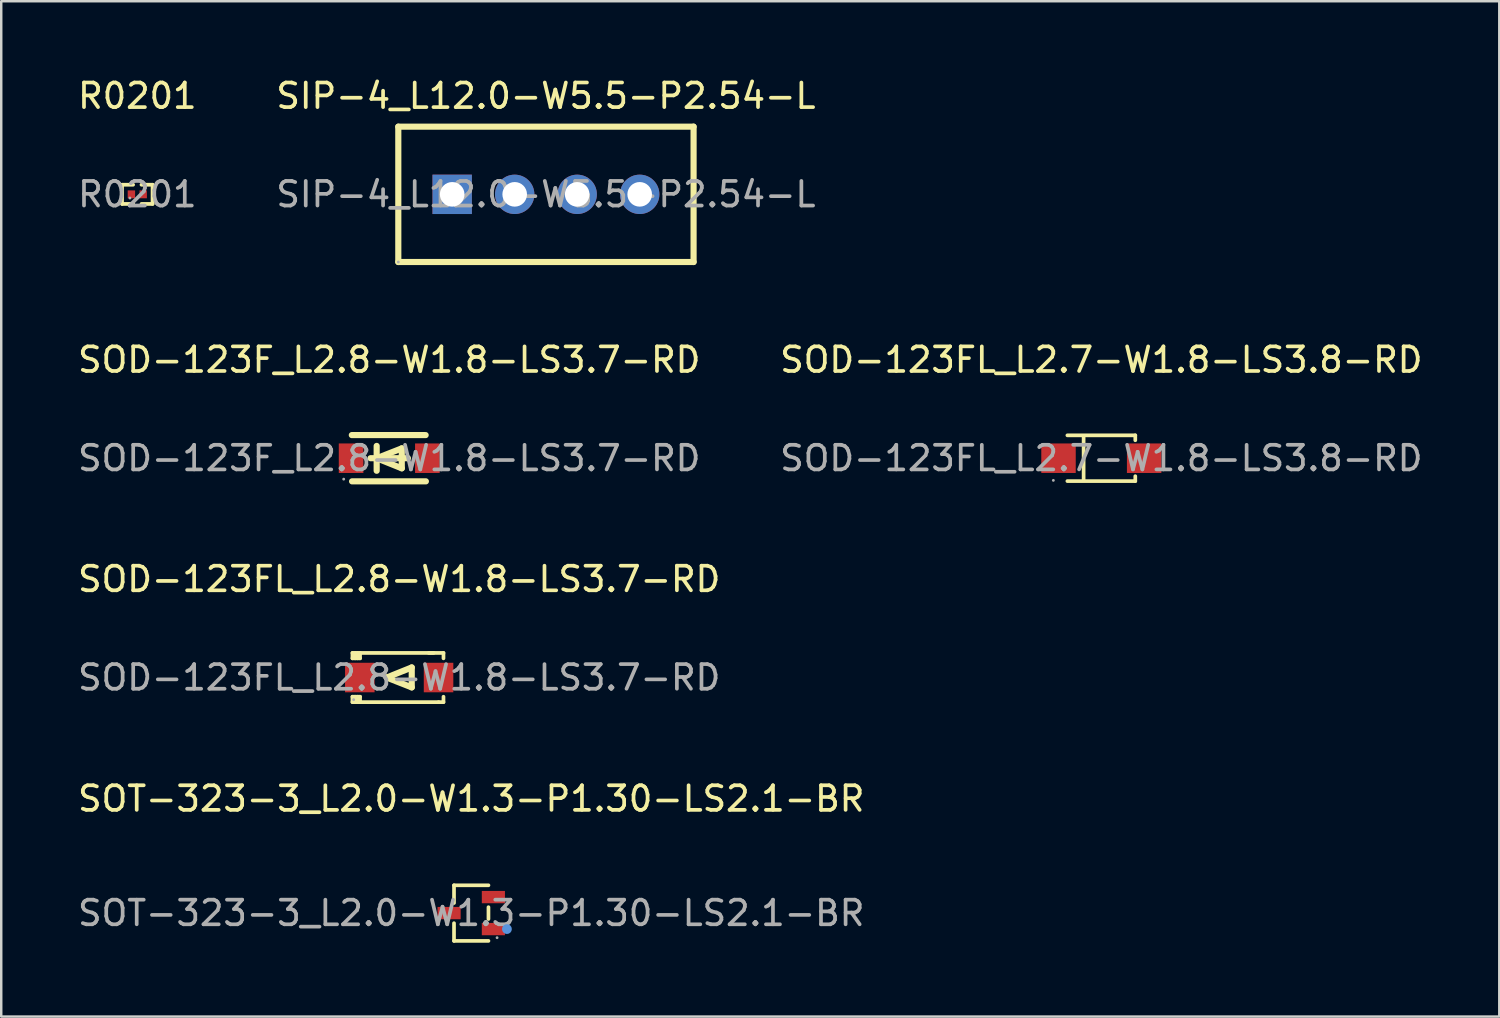
<source format=kicad_pcb>
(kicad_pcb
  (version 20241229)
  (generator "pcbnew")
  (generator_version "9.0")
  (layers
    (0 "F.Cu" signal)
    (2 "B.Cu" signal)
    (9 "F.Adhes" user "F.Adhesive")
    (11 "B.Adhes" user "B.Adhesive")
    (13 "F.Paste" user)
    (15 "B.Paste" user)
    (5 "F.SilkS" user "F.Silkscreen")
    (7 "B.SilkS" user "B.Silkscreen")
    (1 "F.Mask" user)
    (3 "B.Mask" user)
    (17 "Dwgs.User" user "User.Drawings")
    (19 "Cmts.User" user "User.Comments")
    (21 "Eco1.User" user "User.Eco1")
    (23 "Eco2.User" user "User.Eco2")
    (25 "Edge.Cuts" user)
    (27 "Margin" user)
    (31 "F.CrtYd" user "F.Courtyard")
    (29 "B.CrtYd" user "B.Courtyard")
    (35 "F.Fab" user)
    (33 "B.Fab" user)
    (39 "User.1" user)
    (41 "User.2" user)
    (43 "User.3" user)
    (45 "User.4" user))
  (footprint "SOD-123FL_L2.7-W1.8-LS3.8-RD"
    (layer "F.Cu")
    (at 41.708 15.572)
    (property "Reference" "SOD-123FL_L2.7-W1.8-LS3.8-RD" (at 0 -4 0) (layer "F.SilkS") (effects (font (size 1 1) (thickness 0.15))))
    (attr smd)
    (fp_line (start -1.38 -0.93) (end 1.38 -0.93) (stroke (width 0.15) (type solid)) (layer "F.SilkS"))
    (fp_line (start -1.38 0.93) (end 1.38 0.93) (stroke (width 0.15) (type solid)) (layer "F.SilkS"))
    (fp_line (start -0.72 -0.88) (end -0.72 0.88) (stroke (width 0.15) (type solid)) (layer "F.SilkS"))
    (fp_line (start 1.38 -0.93) (end 1.38 -0.73) (stroke (width 0.15) (type solid)) (layer "F.SilkS"))
    (fp_line (start 1.38 0.93) (end 1.38 0.73) (stroke (width 0.15) (type solid)) (layer "F.SilkS"))
    (fp_circle (center -1.95 0.9) (end -1.92 0.9) (stroke (width 0.06) (type solid)) (fill no) (layer "F.Fab"))
    (fp_text user "${REFERENCE}" (at 0 0 0) (layer "F.Fab") (effects (font (size 1 1) (thickness 0.15))))
    (pad "1" smd rect (at -1.74 0) (size 1.4 1.2) (layers "F.Cu" "F.Mask" "F.Paste"))
    (pad "2" smd rect (at 1.74 0) (size 1.4 1.2) (layers "F.Cu" "F.Mask" "F.Paste")))
  (footprint "SOD-123F_L2.8-W1.8-LS3.7-RD"
    (layer "F.Cu")
    (at 12.768 15.572)
    (property "Reference" "SOD-123F_L2.8-W1.8-LS3.7-RD" (at 0 -4 0) (layer "F.SilkS") (effects (font (size 1 1) (thickness 0.15))))
    (attr smd)
    (fp_line (start -1.52 -0.94) (end 1.48 -0.94) (stroke (width 0.25) (type solid)) (layer "F.SilkS"))
    (fp_line (start -1.51 0.94) (end 1.49 0.94) (stroke (width 0.25) (type solid)) (layer "F.SilkS"))
    (fp_line (start -0.76 0) (end 0.76 0) (stroke (width 0.25) (type solid)) (layer "F.SilkS"))
    (fp_line (start -0.51 -0.5) (end -0.51 0.51) (stroke (width 0.25) (type solid)) (layer "F.SilkS"))
    (fp_line (start -0.51 0) (end 0.51 -0.4) (stroke (width 0.25) (type solid)) (layer "F.SilkS"))
    (fp_line (start 0.51 -0.4) (end 0.51 0.41) (stroke (width 0.25) (type solid)) (layer "F.SilkS"))
    (fp_line (start 0.51 0.41) (end -0.51 0) (stroke (width 0.25) (type solid)) (layer "F.SilkS"))
    (fp_circle (center -1.85 0.85) (end -1.82 0.85) (stroke (width 0.06) (type solid)) (fill no) (layer "F.Fab"))
    (fp_text user "${REFERENCE}" (at 0 0 0) (layer "F.Fab") (effects (font (size 1 1) (thickness 0.15))))
    (pad "1" smd rect (at -1.55 0) (size 1 1.2) (layers "F.Cu" "F.Mask" "F.Paste"))
    (pad "2" smd rect (at 1.55 0) (size 1 1.2) (layers "F.Cu" "F.Mask" "F.Paste")))
  (footprint "SIP-4_L12.0-W5.5-P2.54-L"
    (layer "F.Cu")
    (at 19.137 4.848)
    (property "Reference" "SIP-4_L12.0-W5.5-P2.54-L" (at 0 -4 0) (layer "F.SilkS") (effects (font (size 1 1) (thickness 0.15))))
    (attr smd)
    (fp_line (start -6 -2.75) (end -6 2.75) (stroke (width 0.25) (type solid)) (layer "F.SilkS"))
    (fp_line (start 6 -2.75) (end -6 -2.75) (stroke (width 0.25) (type solid)) (layer "F.SilkS"))
    (fp_line (start 6 -2.75) (end 6 2.75) (stroke (width 0.25) (type solid)) (layer "F.SilkS"))
    (fp_line (start 6 2.75) (end -6 2.75) (stroke (width 0.25) (type solid)) (layer "F.SilkS"))
    (fp_circle (center -6 2.75) (end -5.97 2.75) (stroke (width 0.06) (type solid)) (fill no) (layer "F.Fab"))
    (fp_text user "${REFERENCE}" (at 0 0 0) (layer "F.Fab") (effects (font (size 1 1) (thickness 0.15))))
    (pad "1" thru_hole rect (at -3.81 0) (size 1.6 1.6) (drill 1) (layers "*.Cu" "*.Mask"))
    (pad "2" thru_hole circle (at -1.27 0) (size 1.6 1.6) (drill 1) (layers "*.Cu" "*.Mask"))
    (pad "3" thru_hole circle (at 1.27 0) (size 1.6 1.6) (drill 1) (layers "*.Cu" "*.Mask"))
    (pad "4" thru_hole circle (at 3.81 0) (size 1.6 1.6) (drill 1) (layers "*.Cu" "*.Mask")))
  (footprint "SOT-323-3_L2.0-W1.3-P1.30-LS2.1-BR"
    (layer "F.Cu")
    (at 16.101 34.058)
    (property "Reference" "SOT-323-3_L2.0-W1.3-P1.30-LS2.1-BR" (at 0 -4.65 0) (layer "F.SilkS") (effects (font (size 1 1) (thickness 0.15))))
    (attr smd)
    (fp_line (start -0.7 -1.13) (end -0.7 -0.41) (stroke (width 0.15) (type solid)) (layer "F.SilkS"))
    (fp_line (start -0.7 1.13) (end -0.7 0.41) (stroke (width 0.15) (type solid)) (layer "F.SilkS"))
    (fp_line (start 0.7 -1.13) (end -0.7 -1.13) (stroke (width 0.15) (type solid)) (layer "F.SilkS"))
    (fp_line (start 0.7 -0.24) (end 0.7 0.24) (stroke (width 0.15) (type solid)) (layer "F.SilkS"))
    (fp_line (start 0.7 1.13) (end -0.7 1.13) (stroke (width 0.15) (type solid)) (layer "F.SilkS"))
    (fp_circle (center 1.45 0.65) (end 1.55 0.65) (stroke (width 0.2) (type solid)) (fill no) (layer "Cmts.User"))
    (fp_circle (center 1.05 1) (end 1.08 1) (stroke (width 0.06) (type solid)) (fill no) (layer "F.Fab"))
    (fp_text user "${REFERENCE}" (at 0 0 0) (layer "F.Fab") (effects (font (size 1 1) (thickness 0.15))))
    (pad "1" smd rect (at 0.9 0.65) (size 0.94 0.5) (layers "F.Cu" "F.Mask" "F.Paste"))
    (pad "2" smd rect (at 0.9 -0.65) (size 0.94 0.5) (layers "F.Cu" "F.Mask" "F.Paste"))
    (pad "3" smd rect (at -0.9 0) (size 0.94 0.5) (layers "F.Cu" "F.Mask" "F.Paste")))
  (footprint "R0201"
    (layer "F.Cu")
    (at 2.53 4.848)
    (property "Reference" "R0201" (at 0 -4 0) (layer "F.SilkS") (effects (font (size 1 1) (thickness 0.15))))
    (attr through_hole)
    (fp_line (start -0.62 -0.39) (end -0.17 -0.39) (stroke (width 0.15) (type solid)) (layer "F.SilkS"))
    (fp_line (start -0.62 0.39) (end -0.62 -0.39) (stroke (width 0.15) (type solid)) (layer "F.SilkS"))
    (fp_line (start -0.17 0.39) (end -0.62 0.39) (stroke (width 0.15) (type solid)) (layer "F.SilkS"))
    (fp_line (start 0.17 0.39) (end 0.62 0.39) (stroke (width 0.15) (type solid)) (layer "F.SilkS"))
    (fp_line (start 0.62 -0.39) (end 0.17 -0.39) (stroke (width 0.15) (type solid)) (layer "F.SilkS"))
    (fp_line (start 0.62 0.39) (end 0.62 -0.39) (stroke (width 0.15) (type solid)) (layer "F.SilkS"))
    (fp_circle (center -0.3 0.15) (end -0.27 0.15) (stroke (width 0.06) (type solid)) (fill no) (layer "F.Fab"))
    (fp_text user "${REFERENCE}" (at 0 0 0) (layer "F.Fab") (effects (font (size 1 1) (thickness 0.15))))
    (pad "1" smd rect (at -0.24 0) (size 0.3 0.32) (layers "F.Cu" "F.Mask" "F.Paste"))
    (pad "2" smd rect (at 0.24 0) (size 0.3 0.32) (layers "F.Cu" "F.Mask" "F.Paste")))
  (footprint "SOD-123FL_L2.8-W1.8-LS3.7-RD"
    (layer "F.Cu")
    (at 13.173 24.485)
    (property "Reference" "SOD-123FL_L2.8-W1.8-LS3.7-RD" (at 0 -4 0) (layer "F.SilkS") (effects (font (size 1 1) (thickness 0.15))))
    (attr smd)
    (fp_line (start -1.9 -1) (end -1.9 -0.78) (stroke (width 0.15) (type solid)) (layer "F.SilkS"))
    (fp_line (start -1.9 0.78) (end -1.9 1) (stroke (width 0.15) (type solid)) (layer "F.SilkS"))
    (fp_line (start -1.9 1) (end 1.6 1) (stroke (width 0.15) (type solid)) (layer "F.SilkS"))
    (fp_line (start -1.79 -0.78) (end -1.79 -1) (stroke (width 0.15) (type solid)) (layer "F.SilkS"))
    (fp_line (start -1.79 1) (end -1.79 0.78) (stroke (width 0.15) (type solid)) (layer "F.SilkS"))
    (fp_line (start -1.69 -1) (end -1.69 -0.78) (stroke (width 0.15) (type solid)) (layer "F.SilkS"))
    (fp_line (start -1.69 0.78) (end -1.69 1) (stroke (width 0.15) (type solid)) (layer "F.SilkS"))
    (fp_line (start -1.59 -1) (end -1.59 -0.78) (stroke (width 0.15) (type solid)) (layer "F.SilkS"))
    (fp_line (start -1.59 -0.78) (end -1.9 -0.78) (stroke (width 0.15) (type solid)) (layer "F.SilkS"))
    (fp_line (start -1.59 0.78) (end -1.9 0.78) (stroke (width 0.15) (type solid)) (layer "F.SilkS"))
    (fp_line (start -1.59 0.78) (end -1.59 1) (stroke (width 0.15) (type solid)) (layer "F.SilkS"))
    (fp_line (start -0.51 0) (end 0.51 -0.41) (stroke (width 0.25) (type solid)) (layer "F.SilkS"))
    (fp_line (start 0.51 -0.41) (end 0.51 0.4) (stroke (width 0.25) (type solid)) (layer "F.SilkS"))
    (fp_line (start 0.51 0.4) (end -0.51 0) (stroke (width 0.25) (type solid)) (layer "F.SilkS"))
    (fp_line (start 1.4 -1) (end -1.9 -1) (stroke (width 0.15) (type solid)) (layer "F.SilkS"))
    (fp_line (start 1.6 1) (end 1.8 1) (stroke (width 0.15) (type solid)) (layer "F.SilkS"))
    (fp_line (start 1.8 -1) (end 1.2 -1) (stroke (width 0.15) (type solid)) (layer "F.SilkS"))
    (fp_line (start 1.8 -0.78) (end 1.8 -1) (stroke (width 0.15) (type solid)) (layer "F.SilkS"))
    (fp_line (start 1.8 1) (end 1.8 0.78) (stroke (width 0.15) (type solid)) (layer "F.SilkS"))
    (fp_circle (center -1.85 0.9) (end -1.82 0.9) (stroke (width 0.06) (type solid)) (fill no) (layer "F.Fab"))
    (fp_text user "${REFERENCE}" (at 0 0 0) (layer "F.Fab") (effects (font (size 1 1) (thickness 0.15))))
    (pad "1" smd rect (at -1.6 0) (size 1.2 1.2) (layers "F.Cu" "F.Mask" "F.Paste"))
    (pad "2" smd rect (at 1.6 0) (size 1.2 1.2) (layers "F.Cu" "F.Mask" "F.Paste")))
  (gr_rect
    (start -3 -3)
    (end 57.881 38.263)
    (stroke (width 0.1) (type default))
    (fill no)
    (layer "Edge.Cuts")))
</source>
